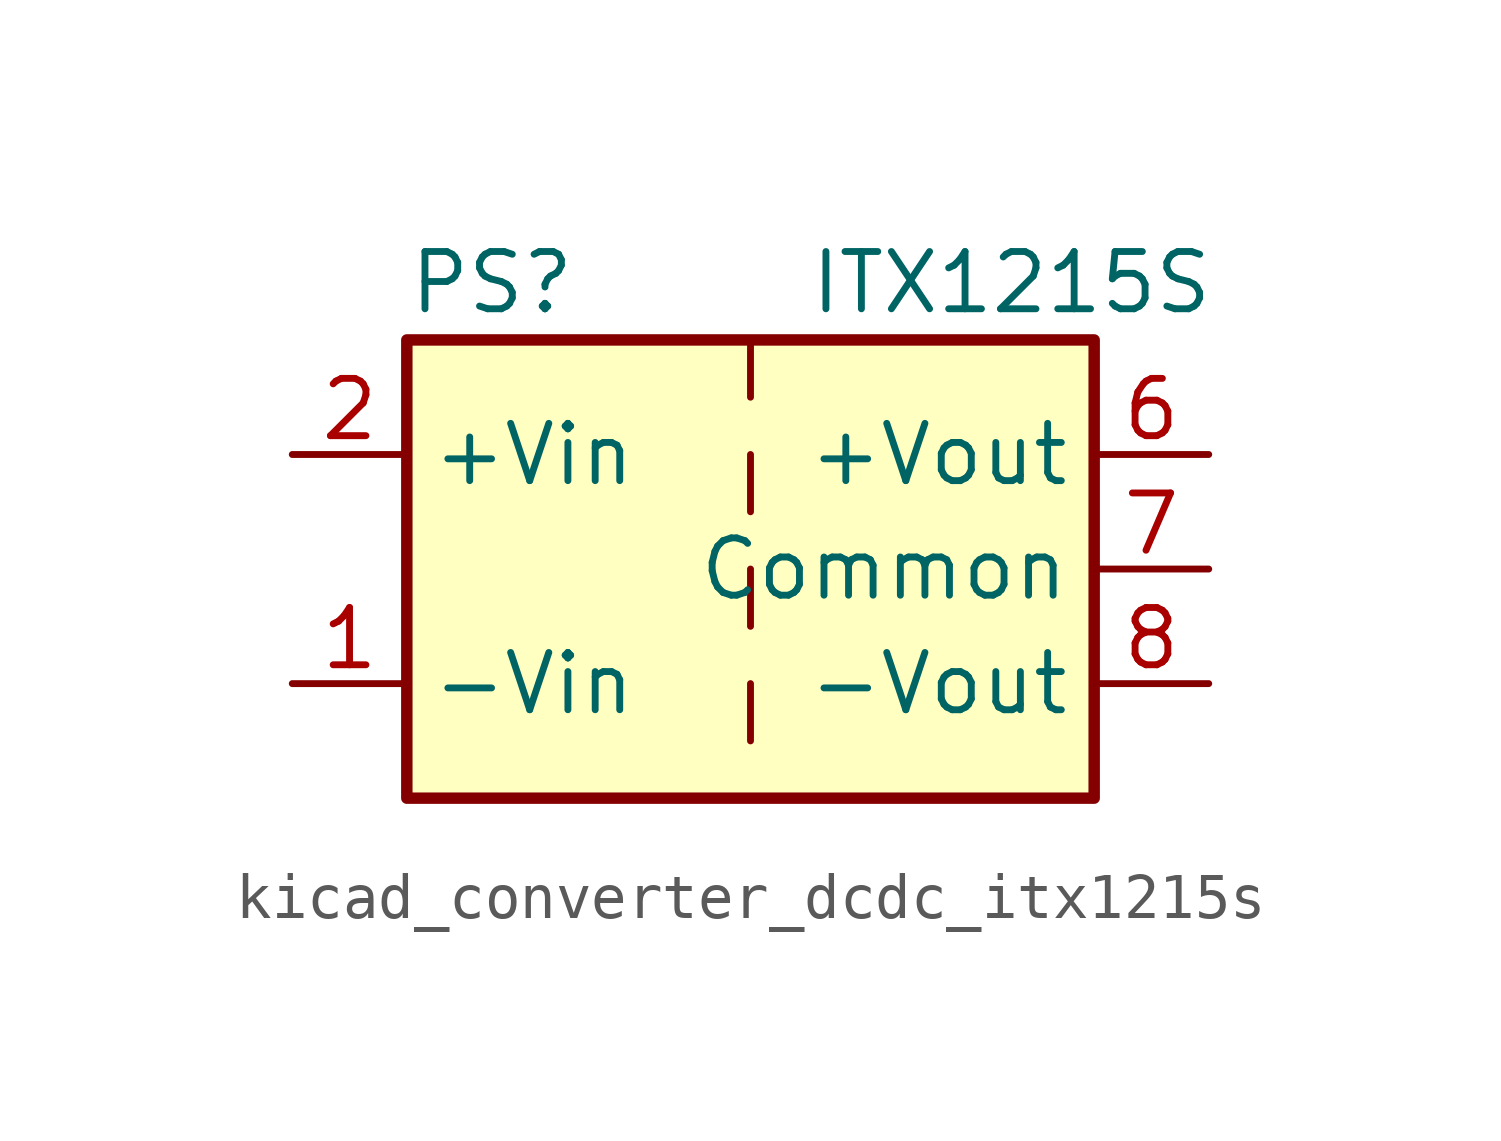
<source format=kicad_sym>
(kicad_symbol_lib
  (version 20220914)
  (generator kicad_symbol_editor)
  (symbol "kicad_converter_dcdc_itx1215s"
    (property "Reference" "PS"
      (at -7.62 6.35 0)
      (effects (font (size 1.27 1.27)) (justify left)))
    (property "Value" "ITX1215S"
      (at 1.27 6.35 0)
      (effects (font (size 1.27 1.27)) (justify left)))
    (symbol "kicad_converter_dcdc_itx1215s_0_0"
      (pin power_in line (at -10.16 -2.54 0) (length 2.54) (name "-Vin" (effects (font (size 1.27 1.27)))) (number "1" (effects (font (size 1.27 1.27)))))
      (pin power_in line (at -10.16 2.54 0) (length 2.54) (name "+Vin" (effects (font (size 1.27 1.27)))) (number "2" (effects (font (size 1.27 1.27)))))
      (pin no_connect line (at 0 -5.08 90) (length 2.54) hide (name "NC" (effects (font (size 1.27 1.27)))) (number "3" (effects (font (size 1.27 1.27)))))
      (pin no_connect line (at 0 5.08 270) (length 2.54) hide (name "NC" (effects (font (size 1.27 1.27)))) (number "5" (effects (font (size 1.27 1.27)))))
      (pin power_out line (at 10.16 2.54 180) (length 2.54) (name "+Vout" (effects (font (size 1.27 1.27)))) (number "6" (effects (font (size 1.27 1.27)))))
      (pin power_out line (at 10.16 0 180) (length 2.54) (name "Common" (effects (font (size 1.27 1.27)))) (number "7" (effects (font (size 1.27 1.27)))))
      (pin power_out line (at 10.16 -2.54 180) (length 2.54) (name "-Vout" (effects (font (size 1.27 1.27)))) (number "8" (effects (font (size 1.27 1.27))))))
    (symbol "kicad_converter_dcdc_itx1215s_0_1"
      (rectangle (start -7.62 5.08) (end 7.62 -5.08) (stroke (width 0.254) (type default)) (fill (type background)))
      (polyline (pts (xy 0 -2.54) (xy 0 -3.81)) (stroke (width 0) (type default)) (fill (type none)))
      (polyline (pts (xy 0 0) (xy 0 -1.27)) (stroke (width 0) (type default)) (fill (type none)))
      (polyline (pts (xy 0 2.54) (xy 0 1.27)) (stroke (width 0) (type default)) (fill (type none)))
      (polyline (pts (xy 0 5.08) (xy 0 3.81)) (stroke (width 0) (type default)) (fill (type none))))))
</source>
